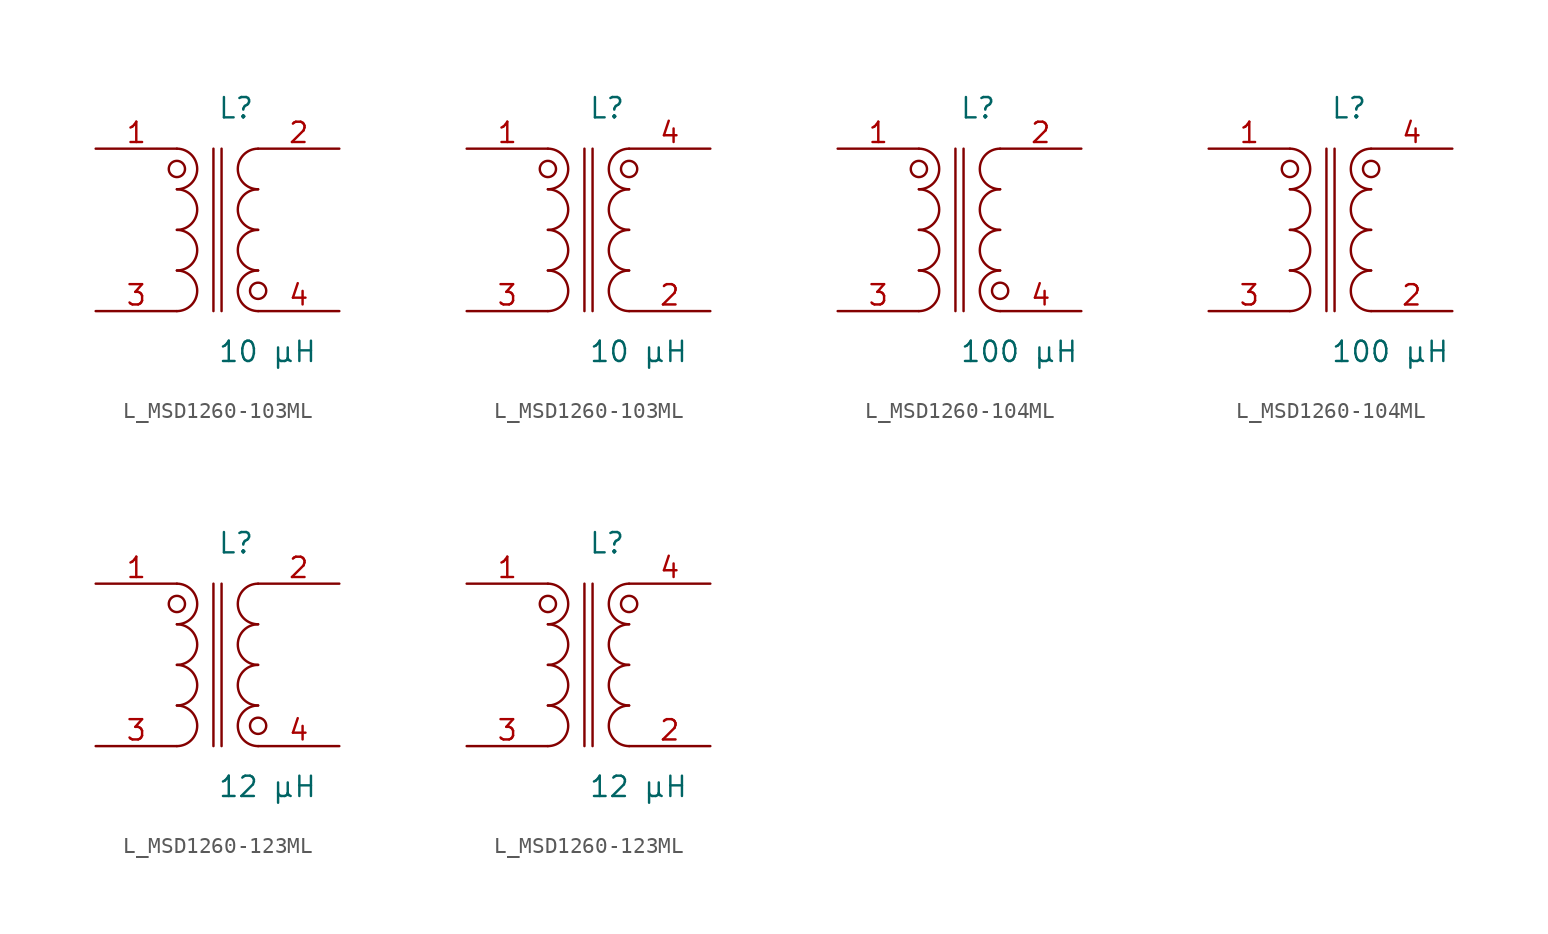
<source format=kicad_sym>
(kicad_symbol_lib
  (version 20231120)
  (generator kicad_symbol_editor)
  (generator_version 8.0)
  (symbol "L_MSD1260-103ML"
    (pin_names
      (offset 0.254))
    (property "Reference" "L"
      (at 0 7.62 0)
      (effects (font (size 1.27 1.27)) (justify left)))
    (property "Value" "10 µH"
      (at 0 -7.62 0)
      (effects (font (size 1.27 1.27)) (justify left)))
    (symbol "L_MSD1260-103ML_1_1"
      (arc (start -2.54 -5.08) (mid -1.27 -3.81) (end -2.54 -2.54) (stroke (width 0) (type default)) (fill (type none)))
      (arc (start -2.54 -2.54) (mid -1.27 -1.27) (end -2.54 0.0) (stroke (width 0) (type default)) (fill (type none)))
      (arc (start -2.54 0.0) (mid -1.27 1.27) (end -2.54 2.54) (stroke (width 0) (type default)) (fill (type none)))
      (arc (start -2.54 2.54) (mid -1.27 3.81) (end -2.54 5.08) (stroke (width 0) (type default)) (fill (type none)))
      (arc (start 2.54 -5.08) (mid 1.27 -3.81) (end 2.54 -2.54) (stroke (width 0) (type default)) (fill (type none)))
      (arc (start 2.54 -2.54) (mid 1.27 -1.27) (end 2.54 0.0) (stroke (width 0) (type default)) (fill (type none)))
      (arc (start 2.54 0.0) (mid 1.27 1.27) (end 2.54 2.54) (stroke (width 0) (type default)) (fill (type none)))
      (arc (start 2.54 2.54) (mid 1.27 3.81) (end 2.54 5.08) (stroke (width 0) (type default)) (fill (type none)))
      (circle (center -2.54 3.81) (radius 0.508) (stroke (width 0) (type default)) (fill (type none)))
      (circle (center 2.54 -3.81) (radius 0.508) (stroke (width 0) (type default)) (fill (type none)))
      (polyline (pts (xy -0.254 5.08) (xy -0.254 -5.08)) (stroke (width 0) (type default)) (fill (type none)))
      (polyline (pts (xy 0.254 5.08) (xy 0.254 -5.08)) (stroke (width 0) (type default)) (fill (type none)))
      (pin passive line (at -7.62 5.08 0) (length 5.08) (name "" (effects (font (size 1.27 1.27)))) (number "1" (effects (font (size 1.27 1.27)))))
      (pin passive line (at -7.62 -5.08 0) (length 5.08) (name "" (effects (font (size 1.27 1.27)))) (number "3" (effects (font (size 1.27 1.27)))))
      (pin passive line (at 7.62 5.08 180) (length 5.08) (name "" (effects (font (size 1.27 1.27)))) (number "2" (effects (font (size 1.27 1.27)))))
      (pin passive line (at 7.62 -5.08 180) (length 5.08) (name "" (effects (font (size 1.27 1.27)))) (number "4" (effects (font (size 1.27 1.27))))))
    (symbol "L_MSD1260-103ML_1_2"
      (arc (start -2.54 -5.08) (mid -1.27 -3.81) (end -2.54 -2.54) (stroke (width 0) (type default)) (fill (type none)))
      (arc (start -2.54 -2.54) (mid -1.27 -1.27) (end -2.54 0.0) (stroke (width 0) (type default)) (fill (type none)))
      (arc (start -2.54 0.0) (mid -1.27 1.27) (end -2.54 2.54) (stroke (width 0) (type default)) (fill (type none)))
      (arc (start -2.54 2.54) (mid -1.27 3.81) (end -2.54 5.08) (stroke (width 0) (type default)) (fill (type none)))
      (arc (start 2.54 -5.08) (mid 1.27 -3.81) (end 2.54 -2.54) (stroke (width 0) (type default)) (fill (type none)))
      (arc (start 2.54 -2.54) (mid 1.27 -1.27) (end 2.54 0.0) (stroke (width 0) (type default)) (fill (type none)))
      (arc (start 2.54 0.0) (mid 1.27 1.27) (end 2.54 2.54) (stroke (width 0) (type default)) (fill (type none)))
      (arc (start 2.54 2.54) (mid 1.27 3.81) (end 2.54 5.08) (stroke (width 0) (type default)) (fill (type none)))
      (circle (center -2.54 3.81) (radius 0.508) (stroke (width 0) (type default)) (fill (type none)))
      (circle (center 2.54 3.81) (radius 0.508) (stroke (width 0) (type default)) (fill (type none)))
      (polyline (pts (xy -0.254 5.08) (xy -0.254 -5.08)) (stroke (width 0) (type default)) (fill (type none)))
      (polyline (pts (xy 0.254 5.08) (xy 0.254 -5.08)) (stroke (width 0) (type default)) (fill (type none)))
      (pin passive line (at -7.62 5.08 0) (length 5.08) (name "" (effects (font (size 1.27 1.27)))) (number "1" (effects (font (size 1.27 1.27)))))
      (pin passive line (at -7.62 -5.08 0) (length 5.08) (name "" (effects (font (size 1.27 1.27)))) (number "3" (effects (font (size 1.27 1.27)))))
      (pin passive line (at 7.62 -5.08 180) (length 5.08) (name "" (effects (font (size 1.27 1.27)))) (number "2" (effects (font (size 1.27 1.27)))))
      (pin passive line (at 7.62 5.08 180) (length 5.08) (name "" (effects (font (size 1.27 1.27)))) (number "4" (effects (font (size 1.27 1.27)))))))
  (symbol "L_MSD1260-104ML"
    (pin_names
      (offset 0.254))
    (property "Reference" "L"
      (at 0 7.62 0)
      (effects (font (size 1.27 1.27)) (justify left)))
    (property "Value" "100 µH"
      (at 0 -7.62 0)
      (effects (font (size 1.27 1.27)) (justify left)))
    (symbol "L_MSD1260-104ML_1_1"
      (arc (start -2.54 -5.08) (mid -1.27 -3.81) (end -2.54 -2.54) (stroke (width 0) (type default)) (fill (type none)))
      (arc (start -2.54 -2.54) (mid -1.27 -1.27) (end -2.54 0.0) (stroke (width 0) (type default)) (fill (type none)))
      (arc (start -2.54 0.0) (mid -1.27 1.27) (end -2.54 2.54) (stroke (width 0) (type default)) (fill (type none)))
      (arc (start -2.54 2.54) (mid -1.27 3.81) (end -2.54 5.08) (stroke (width 0) (type default)) (fill (type none)))
      (arc (start 2.54 -5.08) (mid 1.27 -3.81) (end 2.54 -2.54) (stroke (width 0) (type default)) (fill (type none)))
      (arc (start 2.54 -2.54) (mid 1.27 -1.27) (end 2.54 0.0) (stroke (width 0) (type default)) (fill (type none)))
      (arc (start 2.54 0.0) (mid 1.27 1.27) (end 2.54 2.54) (stroke (width 0) (type default)) (fill (type none)))
      (arc (start 2.54 2.54) (mid 1.27 3.81) (end 2.54 5.08) (stroke (width 0) (type default)) (fill (type none)))
      (circle (center -2.54 3.81) (radius 0.508) (stroke (width 0) (type default)) (fill (type none)))
      (circle (center 2.54 -3.81) (radius 0.508) (stroke (width 0) (type default)) (fill (type none)))
      (polyline (pts (xy -0.254 5.08) (xy -0.254 -5.08)) (stroke (width 0) (type default)) (fill (type none)))
      (polyline (pts (xy 0.254 5.08) (xy 0.254 -5.08)) (stroke (width 0) (type default)) (fill (type none)))
      (pin passive line (at -7.62 5.08 0) (length 5.08) (name "" (effects (font (size 1.27 1.27)))) (number "1" (effects (font (size 1.27 1.27)))))
      (pin passive line (at -7.62 -5.08 0) (length 5.08) (name "" (effects (font (size 1.27 1.27)))) (number "3" (effects (font (size 1.27 1.27)))))
      (pin passive line (at 7.62 5.08 180) (length 5.08) (name "" (effects (font (size 1.27 1.27)))) (number "2" (effects (font (size 1.27 1.27)))))
      (pin passive line (at 7.62 -5.08 180) (length 5.08) (name "" (effects (font (size 1.27 1.27)))) (number "4" (effects (font (size 1.27 1.27))))))
    (symbol "L_MSD1260-104ML_1_2"
      (arc (start -2.54 -5.08) (mid -1.27 -3.81) (end -2.54 -2.54) (stroke (width 0) (type default)) (fill (type none)))
      (arc (start -2.54 -2.54) (mid -1.27 -1.27) (end -2.54 0.0) (stroke (width 0) (type default)) (fill (type none)))
      (arc (start -2.54 0.0) (mid -1.27 1.27) (end -2.54 2.54) (stroke (width 0) (type default)) (fill (type none)))
      (arc (start -2.54 2.54) (mid -1.27 3.81) (end -2.54 5.08) (stroke (width 0) (type default)) (fill (type none)))
      (arc (start 2.54 -5.08) (mid 1.27 -3.81) (end 2.54 -2.54) (stroke (width 0) (type default)) (fill (type none)))
      (arc (start 2.54 -2.54) (mid 1.27 -1.27) (end 2.54 0.0) (stroke (width 0) (type default)) (fill (type none)))
      (arc (start 2.54 0.0) (mid 1.27 1.27) (end 2.54 2.54) (stroke (width 0) (type default)) (fill (type none)))
      (arc (start 2.54 2.54) (mid 1.27 3.81) (end 2.54 5.08) (stroke (width 0) (type default)) (fill (type none)))
      (circle (center -2.54 3.81) (radius 0.508) (stroke (width 0) (type default)) (fill (type none)))
      (circle (center 2.54 3.81) (radius 0.508) (stroke (width 0) (type default)) (fill (type none)))
      (polyline (pts (xy -0.254 5.08) (xy -0.254 -5.08)) (stroke (width 0) (type default)) (fill (type none)))
      (polyline (pts (xy 0.254 5.08) (xy 0.254 -5.08)) (stroke (width 0) (type default)) (fill (type none)))
      (pin passive line (at -7.62 5.08 0) (length 5.08) (name "" (effects (font (size 1.27 1.27)))) (number "1" (effects (font (size 1.27 1.27)))))
      (pin passive line (at -7.62 -5.08 0) (length 5.08) (name "" (effects (font (size 1.27 1.27)))) (number "3" (effects (font (size 1.27 1.27)))))
      (pin passive line (at 7.62 -5.08 180) (length 5.08) (name "" (effects (font (size 1.27 1.27)))) (number "2" (effects (font (size 1.27 1.27)))))
      (pin passive line (at 7.62 5.08 180) (length 5.08) (name "" (effects (font (size 1.27 1.27)))) (number "4" (effects (font (size 1.27 1.27)))))))
  (symbol "L_MSD1260-123ML"
    (pin_names
      (offset 0.254))
    (property "Reference" "L"
      (at 0 7.62 0)
      (effects (font (size 1.27 1.27)) (justify left)))
    (property "Value" "12 µH"
      (at 0 -7.62 0)
      (effects (font (size 1.27 1.27)) (justify left)))
    (symbol "L_MSD1260-123ML_1_1"
      (arc (start -2.54 -5.08) (mid -1.27 -3.81) (end -2.54 -2.54) (stroke (width 0) (type default)) (fill (type none)))
      (arc (start -2.54 -2.54) (mid -1.27 -1.27) (end -2.54 0.0) (stroke (width 0) (type default)) (fill (type none)))
      (arc (start -2.54 0.0) (mid -1.27 1.27) (end -2.54 2.54) (stroke (width 0) (type default)) (fill (type none)))
      (arc (start -2.54 2.54) (mid -1.27 3.81) (end -2.54 5.08) (stroke (width 0) (type default)) (fill (type none)))
      (arc (start 2.54 -5.08) (mid 1.27 -3.81) (end 2.54 -2.54) (stroke (width 0) (type default)) (fill (type none)))
      (arc (start 2.54 -2.54) (mid 1.27 -1.27) (end 2.54 0.0) (stroke (width 0) (type default)) (fill (type none)))
      (arc (start 2.54 0.0) (mid 1.27 1.27) (end 2.54 2.54) (stroke (width 0) (type default)) (fill (type none)))
      (arc (start 2.54 2.54) (mid 1.27 3.81) (end 2.54 5.08) (stroke (width 0) (type default)) (fill (type none)))
      (circle (center -2.54 3.81) (radius 0.508) (stroke (width 0) (type default)) (fill (type none)))
      (circle (center 2.54 -3.81) (radius 0.508) (stroke (width 0) (type default)) (fill (type none)))
      (polyline (pts (xy -0.254 5.08) (xy -0.254 -5.08)) (stroke (width 0) (type default)) (fill (type none)))
      (polyline (pts (xy 0.254 5.08) (xy 0.254 -5.08)) (stroke (width 0) (type default)) (fill (type none)))
      (pin passive line (at -7.62 5.08 0) (length 5.08) (name "" (effects (font (size 1.27 1.27)))) (number "1" (effects (font (size 1.27 1.27)))))
      (pin passive line (at -7.62 -5.08 0) (length 5.08) (name "" (effects (font (size 1.27 1.27)))) (number "3" (effects (font (size 1.27 1.27)))))
      (pin passive line (at 7.62 5.08 180) (length 5.08) (name "" (effects (font (size 1.27 1.27)))) (number "2" (effects (font (size 1.27 1.27)))))
      (pin passive line (at 7.62 -5.08 180) (length 5.08) (name "" (effects (font (size 1.27 1.27)))) (number "4" (effects (font (size 1.27 1.27))))))
    (symbol "L_MSD1260-123ML_1_2"
      (arc (start -2.54 -5.08) (mid -1.27 -3.81) (end -2.54 -2.54) (stroke (width 0) (type default)) (fill (type none)))
      (arc (start -2.54 -2.54) (mid -1.27 -1.27) (end -2.54 0.0) (stroke (width 0) (type default)) (fill (type none)))
      (arc (start -2.54 0.0) (mid -1.27 1.27) (end -2.54 2.54) (stroke (width 0) (type default)) (fill (type none)))
      (arc (start -2.54 2.54) (mid -1.27 3.81) (end -2.54 5.08) (stroke (width 0) (type default)) (fill (type none)))
      (arc (start 2.54 -5.08) (mid 1.27 -3.81) (end 2.54 -2.54) (stroke (width 0) (type default)) (fill (type none)))
      (arc (start 2.54 -2.54) (mid 1.27 -1.27) (end 2.54 0.0) (stroke (width 0) (type default)) (fill (type none)))
      (arc (start 2.54 0.0) (mid 1.27 1.27) (end 2.54 2.54) (stroke (width 0) (type default)) (fill (type none)))
      (arc (start 2.54 2.54) (mid 1.27 3.81) (end 2.54 5.08) (stroke (width 0) (type default)) (fill (type none)))
      (circle (center -2.54 3.81) (radius 0.508) (stroke (width 0) (type default)) (fill (type none)))
      (circle (center 2.54 3.81) (radius 0.508) (stroke (width 0) (type default)) (fill (type none)))
      (polyline (pts (xy -0.254 5.08) (xy -0.254 -5.08)) (stroke (width 0) (type default)) (fill (type none)))
      (polyline (pts (xy 0.254 5.08) (xy 0.254 -5.08)) (stroke (width 0) (type default)) (fill (type none)))
      (pin passive line (at -7.62 5.08 0) (length 5.08) (name "" (effects (font (size 1.27 1.27)))) (number "1" (effects (font (size 1.27 1.27)))))
      (pin passive line (at -7.62 -5.08 0) (length 5.08) (name "" (effects (font (size 1.27 1.27)))) (number "3" (effects (font (size 1.27 1.27)))))
      (pin passive line (at 7.62 -5.08 180) (length 5.08) (name "" (effects (font (size 1.27 1.27)))) (number "2" (effects (font (size 1.27 1.27)))))
      (pin passive line (at 7.62 5.08 180) (length 5.08) (name "" (effects (font (size 1.27 1.27)))) (number "4" (effects (font (size 1.27 1.27))))))))
</source>
